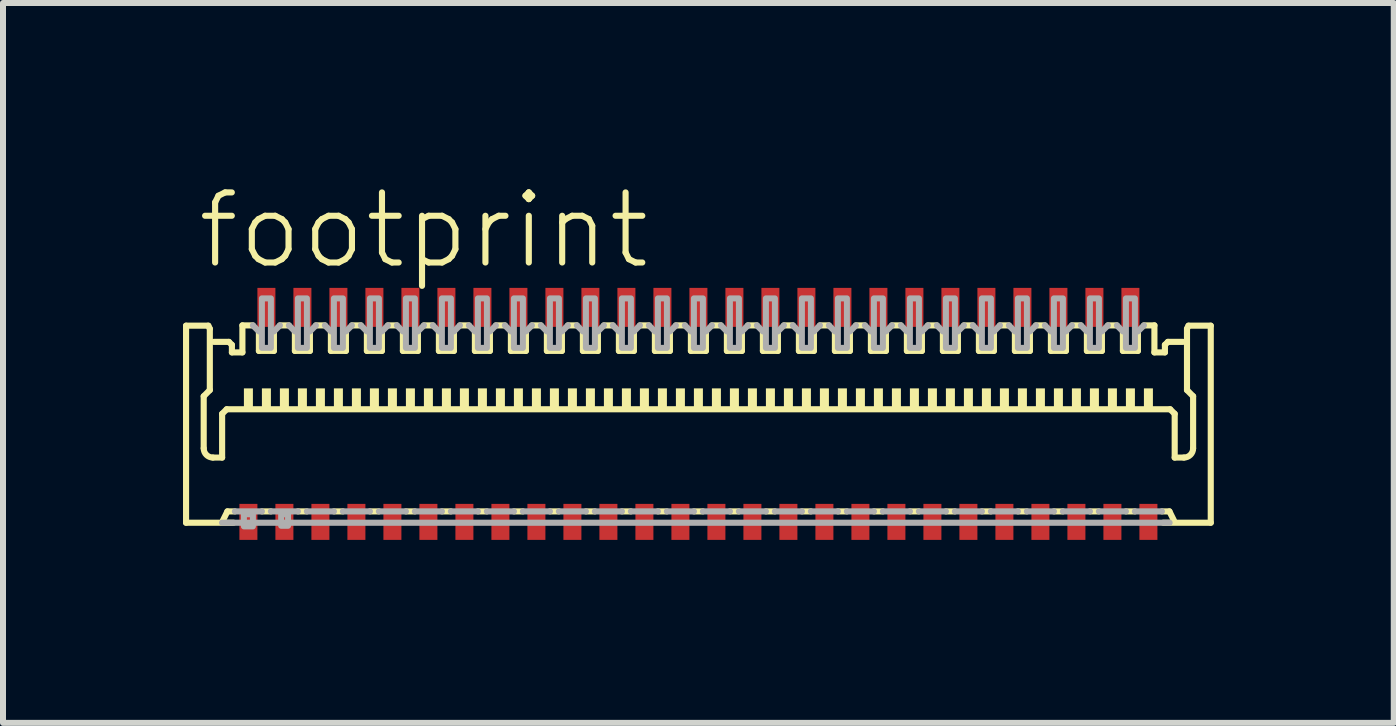
<source format=kicad_pcb>
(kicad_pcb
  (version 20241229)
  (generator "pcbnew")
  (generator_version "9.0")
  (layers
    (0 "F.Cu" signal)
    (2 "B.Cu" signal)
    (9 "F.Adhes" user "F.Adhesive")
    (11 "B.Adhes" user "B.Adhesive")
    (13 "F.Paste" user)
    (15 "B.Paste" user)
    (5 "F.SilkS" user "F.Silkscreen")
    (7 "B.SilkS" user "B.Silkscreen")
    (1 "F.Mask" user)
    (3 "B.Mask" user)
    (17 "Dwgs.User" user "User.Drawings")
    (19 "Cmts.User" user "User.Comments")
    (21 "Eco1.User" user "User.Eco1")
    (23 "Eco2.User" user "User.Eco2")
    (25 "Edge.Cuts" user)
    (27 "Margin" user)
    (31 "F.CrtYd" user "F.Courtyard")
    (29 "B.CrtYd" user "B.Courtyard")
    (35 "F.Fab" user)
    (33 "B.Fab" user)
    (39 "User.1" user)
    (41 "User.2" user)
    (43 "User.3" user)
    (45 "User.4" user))
  (footprint "footprint"
    (layer "F.Cu")
    (at 8.59 3.873)
    (property "Reference" "footprint" (at -8.4 -2.4 0) (layer "F.SilkS") (effects (font (size 1.168 1.168) (thickness 0.102)) (justify left bottom)))
    (fp_poly (pts (xy -7.7 2.125) (xy -7.3 2.125) (xy -7.3 1.425) (xy -7.7 1.425)) (stroke (width 0) (type solid)) (fill yes) (layer "F.Mask"))
    (fp_poly (pts (xy -7.4 -1.425) (xy -7 -1.425) (xy -7 -2.175) (xy -7.4 -2.175)) (stroke (width 0) (type solid)) (fill yes) (layer "F.Mask"))
    (fp_poly (pts (xy -7.1 2.125) (xy -6.7 2.125) (xy -6.7 1.425) (xy -7.1 1.425)) (stroke (width 0) (type solid)) (fill yes) (layer "F.Mask"))
    (fp_poly (pts (xy -6.8 -1.425) (xy -6.4 -1.425) (xy -6.4 -2.175) (xy -6.8 -2.175)) (stroke (width 0) (type solid)) (fill yes) (layer "F.Mask"))
    (fp_poly (pts (xy -6.5 2.125) (xy -6.1 2.125) (xy -6.1 1.425) (xy -6.5 1.425)) (stroke (width 0) (type solid)) (fill yes) (layer "F.Mask"))
    (fp_poly (pts (xy -6.2 -1.425) (xy -5.8 -1.425) (xy -5.8 -2.175) (xy -6.2 -2.175)) (stroke (width 0) (type solid)) (fill yes) (layer "F.Mask"))
    (fp_poly (pts (xy -5.9 2.125) (xy -5.5 2.125) (xy -5.5 1.425) (xy -5.9 1.425)) (stroke (width 0) (type solid)) (fill yes) (layer "F.Mask"))
    (fp_poly (pts (xy -5.6 -1.425) (xy -5.2 -1.425) (xy -5.2 -2.175) (xy -5.6 -2.175)) (stroke (width 0) (type solid)) (fill yes) (layer "F.Mask"))
    (fp_poly (pts (xy -5.3 2.125) (xy -4.9 2.125) (xy -4.9 1.425) (xy -5.3 1.425)) (stroke (width 0) (type solid)) (fill yes) (layer "F.Mask"))
    (fp_poly (pts (xy -5 -1.425) (xy -4.6 -1.425) (xy -4.6 -2.175) (xy -5 -2.175)) (stroke (width 0) (type solid)) (fill yes) (layer "F.Mask"))
    (fp_poly (pts (xy -4.7 2.125) (xy -4.3 2.125) (xy -4.3 1.425) (xy -4.7 1.425)) (stroke (width 0) (type solid)) (fill yes) (layer "F.Mask"))
    (fp_poly (pts (xy -4.4 -1.425) (xy -4 -1.425) (xy -4 -2.175) (xy -4.4 -2.175)) (stroke (width 0) (type solid)) (fill yes) (layer "F.Mask"))
    (fp_poly (pts (xy -4.1 2.125) (xy -3.7 2.125) (xy -3.7 1.425) (xy -4.1 1.425)) (stroke (width 0) (type solid)) (fill yes) (layer "F.Mask"))
    (fp_poly (pts (xy -3.8 -1.425) (xy -3.4 -1.425) (xy -3.4 -2.175) (xy -3.8 -2.175)) (stroke (width 0) (type solid)) (fill yes) (layer "F.Mask"))
    (fp_poly (pts (xy -3.5 2.125) (xy -3.1 2.125) (xy -3.1 1.425) (xy -3.5 1.425)) (stroke (width 0) (type solid)) (fill yes) (layer "F.Mask"))
    (fp_poly (pts (xy -3.2 -1.425) (xy -2.8 -1.425) (xy -2.8 -2.175) (xy -3.2 -2.175)) (stroke (width 0) (type solid)) (fill yes) (layer "F.Mask"))
    (fp_poly (pts (xy -2.9 2.125) (xy -2.5 2.125) (xy -2.5 1.425) (xy -2.9 1.425)) (stroke (width 0) (type solid)) (fill yes) (layer "F.Mask"))
    (fp_poly (pts (xy -2.6 -1.425) (xy -2.2 -1.425) (xy -2.2 -2.175) (xy -2.6 -2.175)) (stroke (width 0) (type solid)) (fill yes) (layer "F.Mask"))
    (fp_poly (pts (xy -2.3 2.125) (xy -1.9 2.125) (xy -1.9 1.425) (xy -2.3 1.425)) (stroke (width 0) (type solid)) (fill yes) (layer "F.Mask"))
    (fp_poly (pts (xy -2 -1.425) (xy -1.6 -1.425) (xy -1.6 -2.175) (xy -2 -2.175)) (stroke (width 0) (type solid)) (fill yes) (layer "F.Mask"))
    (fp_poly (pts (xy -1.7 2.125) (xy -1.3 2.125) (xy -1.3 1.425) (xy -1.7 1.425)) (stroke (width 0) (type solid)) (fill yes) (layer "F.Mask"))
    (fp_poly (pts (xy -1.4 -1.425) (xy -1 -1.425) (xy -1 -2.175) (xy -1.4 -2.175)) (stroke (width 0) (type solid)) (fill yes) (layer "F.Mask"))
    (fp_poly (pts (xy -1.1 2.125) (xy -0.7 2.125) (xy -0.7 1.425) (xy -1.1 1.425)) (stroke (width 0) (type solid)) (fill yes) (layer "F.Mask"))
    (fp_poly (pts (xy -0.8 -1.425) (xy -0.4 -1.425) (xy -0.4 -2.175) (xy -0.8 -2.175)) (stroke (width 0) (type solid)) (fill yes) (layer "F.Mask"))
    (fp_poly (pts (xy -0.5 2.125) (xy -0.1 2.125) (xy -0.1 1.425) (xy -0.5 1.425)) (stroke (width 0) (type solid)) (fill yes) (layer "F.Mask"))
    (fp_poly (pts (xy -0.2 -1.425) (xy 0.2 -1.425) (xy 0.2 -2.175) (xy -0.2 -2.175)) (stroke (width 0) (type solid)) (fill yes) (layer "F.Mask"))
    (fp_poly (pts (xy 0.1 2.125) (xy 0.5 2.125) (xy 0.5 1.425) (xy 0.1 1.425)) (stroke (width 0) (type solid)) (fill yes) (layer "F.Mask"))
    (fp_poly (pts (xy 0.4 -1.425) (xy 0.8 -1.425) (xy 0.8 -2.175) (xy 0.4 -2.175)) (stroke (width 0) (type solid)) (fill yes) (layer "F.Mask"))
    (fp_poly (pts (xy 0.7 2.125) (xy 1.1 2.125) (xy 1.1 1.425) (xy 0.7 1.425)) (stroke (width 0) (type solid)) (fill yes) (layer "F.Mask"))
    (fp_poly (pts (xy 1 -1.425) (xy 1.4 -1.425) (xy 1.4 -2.175) (xy 1 -2.175)) (stroke (width 0) (type solid)) (fill yes) (layer "F.Mask"))
    (fp_poly (pts (xy 1.3 2.125) (xy 1.7 2.125) (xy 1.7 1.425) (xy 1.3 1.425)) (stroke (width 0) (type solid)) (fill yes) (layer "F.Mask"))
    (fp_poly (pts (xy 1.6 -1.425) (xy 2 -1.425) (xy 2 -2.175) (xy 1.6 -2.175)) (stroke (width 0) (type solid)) (fill yes) (layer "F.Mask"))
    (fp_poly (pts (xy 1.9 2.125) (xy 2.3 2.125) (xy 2.3 1.425) (xy 1.9 1.425)) (stroke (width 0) (type solid)) (fill yes) (layer "F.Mask"))
    (fp_poly (pts (xy 2.2 -1.425) (xy 2.6 -1.425) (xy 2.6 -2.175) (xy 2.2 -2.175)) (stroke (width 0) (type solid)) (fill yes) (layer "F.Mask"))
    (fp_poly (pts (xy 2.5 2.125) (xy 2.9 2.125) (xy 2.9 1.425) (xy 2.5 1.425)) (stroke (width 0) (type solid)) (fill yes) (layer "F.Mask"))
    (fp_poly (pts (xy 2.8 -1.425) (xy 3.2 -1.425) (xy 3.2 -2.175) (xy 2.8 -2.175)) (stroke (width 0) (type solid)) (fill yes) (layer "F.Mask"))
    (fp_poly (pts (xy 3.1 2.125) (xy 3.5 2.125) (xy 3.5 1.425) (xy 3.1 1.425)) (stroke (width 0) (type solid)) (fill yes) (layer "F.Mask"))
    (fp_poly (pts (xy 3.4 -1.425) (xy 3.8 -1.425) (xy 3.8 -2.175) (xy 3.4 -2.175)) (stroke (width 0) (type solid)) (fill yes) (layer "F.Mask"))
    (fp_poly (pts (xy 3.7 2.125) (xy 4.1 2.125) (xy 4.1 1.425) (xy 3.7 1.425)) (stroke (width 0) (type solid)) (fill yes) (layer "F.Mask"))
    (fp_poly (pts (xy 4 -1.425) (xy 4.4 -1.425) (xy 4.4 -2.175) (xy 4 -2.175)) (stroke (width 0) (type solid)) (fill yes) (layer "F.Mask"))
    (fp_poly (pts (xy 4.3 2.125) (xy 4.7 2.125) (xy 4.7 1.425) (xy 4.3 1.425)) (stroke (width 0) (type solid)) (fill yes) (layer "F.Mask"))
    (fp_poly (pts (xy 4.6 -1.425) (xy 5 -1.425) (xy 5 -2.175) (xy 4.6 -2.175)) (stroke (width 0) (type solid)) (fill yes) (layer "F.Mask"))
    (fp_poly (pts (xy 4.9 2.125) (xy 5.3 2.125) (xy 5.3 1.425) (xy 4.9 1.425)) (stroke (width 0) (type solid)) (fill yes) (layer "F.Mask"))
    (fp_poly (pts (xy 5.2 -1.425) (xy 5.6 -1.425) (xy 5.6 -2.175) (xy 5.2 -2.175)) (stroke (width 0) (type solid)) (fill yes) (layer "F.Mask"))
    (fp_poly (pts (xy 5.5 2.125) (xy 5.9 2.125) (xy 5.9 1.425) (xy 5.5 1.425)) (stroke (width 0) (type solid)) (fill yes) (layer "F.Mask"))
    (fp_poly (pts (xy 5.8 -1.425) (xy 6.2 -1.425) (xy 6.2 -2.175) (xy 5.8 -2.175)) (stroke (width 0) (type solid)) (fill yes) (layer "F.Mask"))
    (fp_poly (pts (xy 6.1 2.125) (xy 6.5 2.125) (xy 6.5 1.425) (xy 6.1 1.425)) (stroke (width 0) (type solid)) (fill yes) (layer "F.Mask"))
    (fp_poly (pts (xy 6.4 -1.425) (xy 6.8 -1.425) (xy 6.8 -2.175) (xy 6.4 -2.175)) (stroke (width 0) (type solid)) (fill yes) (layer "F.Mask"))
    (fp_poly (pts (xy 6.7 2.125) (xy 7.1 2.125) (xy 7.1 1.425) (xy 6.7 1.425)) (stroke (width 0) (type solid)) (fill yes) (layer "F.Mask"))
    (fp_poly (pts (xy 7 -1.425) (xy 7.4 -1.425) (xy 7.4 -2.175) (xy 7 -2.175)) (stroke (width 0) (type solid)) (fill yes) (layer "F.Mask"))
    (fp_poly (pts (xy 7.3 2.125) (xy 7.7 2.125) (xy 7.7 1.425) (xy 7.3 1.425)) (stroke (width 0) (type solid)) (fill yes) (layer "F.Mask"))
    (fp_line (start -8.539 -1.495) (end -8.168 -1.495) (stroke (width 0.102) (type solid)) (layer "F.SilkS"))
    (fp_line (start -8.539 1.789) (end -8.539 -1.495) (stroke (width 0.102) (type solid)) (layer "F.SilkS"))
    (fp_line (start -8.245 -0.319) (end -8.245 0.549) (stroke (width 0.102) (type solid)) (layer "F.SilkS"))
    (fp_line (start -8.168 -1.495) (end -8.143 -1.444) (stroke (width 0.102) (type solid)) (layer "F.SilkS"))
    (fp_line (start -8.143 -1.444) (end -8.143 -0.422) (stroke (width 0.102) (type solid)) (layer "F.SilkS"))
    (fp_line (start -8.143 -0.422) (end -8.245 -0.319) (stroke (width 0.102) (type solid)) (layer "F.SilkS"))
    (fp_line (start -8.092 0.703) (end -7.938 0.703) (stroke (width 0.102) (type solid)) (layer "F.SilkS"))
    (fp_line (start -8.075 -1.225) (end -7.825 -1.225) (stroke (width 0.102) (type solid)) (layer "F.SilkS"))
    (fp_line (start -7.938 -0.026) (end -7.862 -0.102) (stroke (width 0.102) (type solid)) (layer "F.SilkS"))
    (fp_line (start -7.938 0.703) (end -7.938 -0.026) (stroke (width 0.102) (type solid)) (layer "F.SilkS"))
    (fp_line (start -7.925 1.751) (end -7.85 1.6) (stroke (width 0.102) (type solid)) (layer "F.SilkS"))
    (fp_line (start -7.85 1.6) (end -7.725 1.6) (stroke (width 0.102) (type solid)) (layer "F.SilkS"))
    (fp_line (start -7.825 -1.225) (end -7.775 -1.175) (stroke (width 0.102) (type solid)) (layer "F.SilkS"))
    (fp_line (start -7.775 -1.175) (end -7.775 -1.05) (stroke (width 0.102) (type solid)) (layer "F.SilkS"))
    (fp_line (start -7.775 -1.05) (end -7.6 -1.05) (stroke (width 0.102) (type solid)) (layer "F.SilkS"))
    (fp_line (start -7.747 1.789) (end -8.539 1.789) (stroke (width 0.102) (type solid)) (layer "F.SilkS"))
    (fp_line (start -7.6 -1.5) (end -7.425 -1.5) (stroke (width 0.102) (type solid)) (layer "F.SilkS"))
    (fp_line (start -7.6 -1.05) (end -7.6 -1.5) (stroke (width 0.102) (type solid)) (layer "F.SilkS"))
    (fp_line (start -7.325 -1.4) (end -7.325 -1.075) (stroke (width 0.102) (type solid)) (layer "F.SilkS"))
    (fp_line (start -7.325 -1.075) (end -7.075 -1.075) (stroke (width 0.102) (type solid)) (layer "F.SilkS"))
    (fp_line (start -7.275 1.6) (end -7.125 1.6) (stroke (width 0.102) (type solid)) (layer "F.SilkS"))
    (fp_line (start -7.075 -1.075) (end -7.075 -1.4) (stroke (width 0.102) (type solid)) (layer "F.SilkS"))
    (fp_line (start -6.975 -1.5) (end -6.825 -1.5) (stroke (width 0.102) (type solid)) (layer "F.SilkS"))
    (fp_line (start -6.725 -1.4) (end -6.725 -1.075) (stroke (width 0.102) (type solid)) (layer "F.SilkS"))
    (fp_line (start -6.725 -1.075) (end -6.475 -1.075) (stroke (width 0.102) (type solid)) (layer "F.SilkS"))
    (fp_line (start -6.675 1.6) (end -6.525 1.6) (stroke (width 0.102) (type solid)) (layer "F.SilkS"))
    (fp_line (start -6.475 -1.075) (end -6.475 -1.4) (stroke (width 0.102) (type solid)) (layer "F.SilkS"))
    (fp_line (start -6.375 -1.5) (end -6.225 -1.5) (stroke (width 0.102) (type solid)) (layer "F.SilkS"))
    (fp_line (start -6.125 -1.4) (end -6.125 -1.075) (stroke (width 0.102) (type solid)) (layer "F.SilkS"))
    (fp_line (start -6.125 -1.075) (end -5.875 -1.075) (stroke (width 0.102) (type solid)) (layer "F.SilkS"))
    (fp_line (start -6.075 1.6) (end -5.925 1.6) (stroke (width 0.102) (type solid)) (layer "F.SilkS"))
    (fp_line (start -5.875 -1.075) (end -5.875 -1.4) (stroke (width 0.102) (type solid)) (layer "F.SilkS"))
    (fp_line (start -5.775 -1.5) (end -5.625 -1.5) (stroke (width 0.102) (type solid)) (layer "F.SilkS"))
    (fp_line (start -5.525 -1.4) (end -5.525 -1.075) (stroke (width 0.102) (type solid)) (layer "F.SilkS"))
    (fp_line (start -5.525 -1.075) (end -5.275 -1.075) (stroke (width 0.102) (type solid)) (layer "F.SilkS"))
    (fp_line (start -5.475 1.6) (end -5.325 1.6) (stroke (width 0.102) (type solid)) (layer "F.SilkS"))
    (fp_line (start -5.275 -1.075) (end -5.275 -1.4) (stroke (width 0.102) (type solid)) (layer "F.SilkS"))
    (fp_line (start -5.175 -1.5) (end -5.025 -1.5) (stroke (width 0.102) (type solid)) (layer "F.SilkS"))
    (fp_line (start -4.925 -1.4) (end -4.925 -1.075) (stroke (width 0.102) (type solid)) (layer "F.SilkS"))
    (fp_line (start -4.925 -1.075) (end -4.675 -1.075) (stroke (width 0.102) (type solid)) (layer "F.SilkS"))
    (fp_line (start -4.875 1.6) (end -4.725 1.6) (stroke (width 0.102) (type solid)) (layer "F.SilkS"))
    (fp_line (start -4.675 -1.075) (end -4.675 -1.4) (stroke (width 0.102) (type solid)) (layer "F.SilkS"))
    (fp_line (start -4.575 -1.5) (end -4.425 -1.5) (stroke (width 0.102) (type solid)) (layer "F.SilkS"))
    (fp_line (start -4.325 -1.4) (end -4.325 -1.075) (stroke (width 0.102) (type solid)) (layer "F.SilkS"))
    (fp_line (start -4.325 -1.075) (end -4.075 -1.075) (stroke (width 0.102) (type solid)) (layer "F.SilkS"))
    (fp_line (start -4.275 1.6) (end -4.125 1.6) (stroke (width 0.102) (type solid)) (layer "F.SilkS"))
    (fp_line (start -4.075 -1.075) (end -4.075 -1.4) (stroke (width 0.102) (type solid)) (layer "F.SilkS"))
    (fp_line (start -3.975 -1.5) (end -3.825 -1.5) (stroke (width 0.102) (type solid)) (layer "F.SilkS"))
    (fp_line (start -3.725 -1.4) (end -3.725 -1.075) (stroke (width 0.102) (type solid)) (layer "F.SilkS"))
    (fp_line (start -3.725 -1.075) (end -3.475 -1.075) (stroke (width 0.102) (type solid)) (layer "F.SilkS"))
    (fp_line (start -3.675 1.6) (end -3.525 1.6) (stroke (width 0.102) (type solid)) (layer "F.SilkS"))
    (fp_line (start -3.475 -1.075) (end -3.475 -1.4) (stroke (width 0.102) (type solid)) (layer "F.SilkS"))
    (fp_line (start -3.375 -1.5) (end -3.225 -1.5) (stroke (width 0.102) (type solid)) (layer "F.SilkS"))
    (fp_line (start -3.125 -1.4) (end -3.125 -1.075) (stroke (width 0.102) (type solid)) (layer "F.SilkS"))
    (fp_line (start -3.125 -1.075) (end -2.875 -1.075) (stroke (width 0.102) (type solid)) (layer "F.SilkS"))
    (fp_line (start -3.075 1.6) (end -2.925 1.6) (stroke (width 0.102) (type solid)) (layer "F.SilkS"))
    (fp_line (start -2.875 -1.075) (end -2.875 -1.4) (stroke (width 0.102) (type solid)) (layer "F.SilkS"))
    (fp_line (start -2.775 -1.5) (end -2.625 -1.5) (stroke (width 0.102) (type solid)) (layer "F.SilkS"))
    (fp_line (start -2.525 -1.4) (end -2.525 -1.075) (stroke (width 0.102) (type solid)) (layer "F.SilkS"))
    (fp_line (start -2.525 -1.075) (end -2.275 -1.075) (stroke (width 0.102) (type solid)) (layer "F.SilkS"))
    (fp_line (start -2.475 1.6) (end -2.325 1.6) (stroke (width 0.102) (type solid)) (layer "F.SilkS"))
    (fp_line (start -2.275 -1.075) (end -2.275 -1.4) (stroke (width 0.102) (type solid)) (layer "F.SilkS"))
    (fp_line (start -2.175 -1.5) (end -2.025 -1.5) (stroke (width 0.102) (type solid)) (layer "F.SilkS"))
    (fp_line (start -1.925 -1.4) (end -1.925 -1.075) (stroke (width 0.102) (type solid)) (layer "F.SilkS"))
    (fp_line (start -1.925 -1.075) (end -1.675 -1.075) (stroke (width 0.102) (type solid)) (layer "F.SilkS"))
    (fp_line (start -1.875 1.6) (end -1.725 1.6) (stroke (width 0.102) (type solid)) (layer "F.SilkS"))
    (fp_line (start -1.675 -1.075) (end -1.675 -1.4) (stroke (width 0.102) (type solid)) (layer "F.SilkS"))
    (fp_line (start -1.575 -1.5) (end -1.425 -1.5) (stroke (width 0.102) (type solid)) (layer "F.SilkS"))
    (fp_line (start -1.325 -1.4) (end -1.325 -1.075) (stroke (width 0.102) (type solid)) (layer "F.SilkS"))
    (fp_line (start -1.325 -1.075) (end -1.075 -1.075) (stroke (width 0.102) (type solid)) (layer "F.SilkS"))
    (fp_line (start -1.275 1.6) (end -1.125 1.6) (stroke (width 0.102) (type solid)) (layer "F.SilkS"))
    (fp_line (start -1.075 -1.075) (end -1.075 -1.4) (stroke (width 0.102) (type solid)) (layer "F.SilkS"))
    (fp_line (start -0.975 -1.5) (end -0.825 -1.5) (stroke (width 0.102) (type solid)) (layer "F.SilkS"))
    (fp_line (start -0.725 -1.4) (end -0.725 -1.075) (stroke (width 0.102) (type solid)) (layer "F.SilkS"))
    (fp_line (start -0.725 -1.075) (end -0.475 -1.075) (stroke (width 0.102) (type solid)) (layer "F.SilkS"))
    (fp_line (start -0.675 1.6) (end -0.525 1.6) (stroke (width 0.102) (type solid)) (layer "F.SilkS"))
    (fp_line (start -0.475 -1.075) (end -0.475 -1.4) (stroke (width 0.102) (type solid)) (layer "F.SilkS"))
    (fp_line (start -0.375 -1.5) (end -0.225 -1.5) (stroke (width 0.102) (type solid)) (layer "F.SilkS"))
    (fp_line (start -0.125 -1.4) (end -0.125 -1.075) (stroke (width 0.102) (type solid)) (layer "F.SilkS"))
    (fp_line (start -0.125 -1.075) (end 0.125 -1.075) (stroke (width 0.102) (type solid)) (layer "F.SilkS"))
    (fp_line (start -0.075 1.6) (end 0.075 1.6) (stroke (width 0.102) (type solid)) (layer "F.SilkS"))
    (fp_line (start 0.125 -1.075) (end 0.125 -1.4) (stroke (width 0.102) (type solid)) (layer "F.SilkS"))
    (fp_line (start 0.225 -1.5) (end 0.375 -1.5) (stroke (width 0.102) (type solid)) (layer "F.SilkS"))
    (fp_line (start 0.475 -1.4) (end 0.475 -1.075) (stroke (width 0.102) (type solid)) (layer "F.SilkS"))
    (fp_line (start 0.475 -1.075) (end 0.725 -1.075) (stroke (width 0.102) (type solid)) (layer "F.SilkS"))
    (fp_line (start 0.525 1.6) (end 0.675 1.6) (stroke (width 0.102) (type solid)) (layer "F.SilkS"))
    (fp_line (start 0.725 -1.075) (end 0.725 -1.4) (stroke (width 0.102) (type solid)) (layer "F.SilkS"))
    (fp_line (start 0.825 -1.5) (end 0.975 -1.5) (stroke (width 0.102) (type solid)) (layer "F.SilkS"))
    (fp_line (start 1.075 -1.4) (end 1.075 -1.075) (stroke (width 0.102) (type solid)) (layer "F.SilkS"))
    (fp_line (start 1.075 -1.075) (end 1.325 -1.075) (stroke (width 0.102) (type solid)) (layer "F.SilkS"))
    (fp_line (start 1.125 1.6) (end 1.275 1.6) (stroke (width 0.102) (type solid)) (layer "F.SilkS"))
    (fp_line (start 1.325 -1.075) (end 1.325 -1.4) (stroke (width 0.102) (type solid)) (layer "F.SilkS"))
    (fp_line (start 1.425 -1.5) (end 1.575 -1.5) (stroke (width 0.102) (type solid)) (layer "F.SilkS"))
    (fp_line (start 1.675 -1.4) (end 1.675 -1.075) (stroke (width 0.102) (type solid)) (layer "F.SilkS"))
    (fp_line (start 1.675 -1.075) (end 1.925 -1.075) (stroke (width 0.102) (type solid)) (layer "F.SilkS"))
    (fp_line (start 1.725 1.6) (end 1.875 1.6) (stroke (width 0.102) (type solid)) (layer "F.SilkS"))
    (fp_line (start 1.925 -1.075) (end 1.925 -1.4) (stroke (width 0.102) (type solid)) (layer "F.SilkS"))
    (fp_line (start 2.025 -1.5) (end 2.175 -1.5) (stroke (width 0.102) (type solid)) (layer "F.SilkS"))
    (fp_line (start 2.275 -1.4) (end 2.275 -1.075) (stroke (width 0.102) (type solid)) (layer "F.SilkS"))
    (fp_line (start 2.275 -1.075) (end 2.525 -1.075) (stroke (width 0.102) (type solid)) (layer "F.SilkS"))
    (fp_line (start 2.325 1.6) (end 2.475 1.6) (stroke (width 0.102) (type solid)) (layer "F.SilkS"))
    (fp_line (start 2.525 -1.075) (end 2.525 -1.4) (stroke (width 0.102) (type solid)) (layer "F.SilkS"))
    (fp_line (start 2.625 -1.5) (end 2.775 -1.5) (stroke (width 0.102) (type solid)) (layer "F.SilkS"))
    (fp_line (start 2.875 -1.4) (end 2.875 -1.075) (stroke (width 0.102) (type solid)) (layer "F.SilkS"))
    (fp_line (start 2.875 -1.075) (end 3.125 -1.075) (stroke (width 0.102) (type solid)) (layer "F.SilkS"))
    (fp_line (start 2.925 1.6) (end 3.075 1.6) (stroke (width 0.102) (type solid)) (layer "F.SilkS"))
    (fp_line (start 3.125 -1.075) (end 3.125 -1.4) (stroke (width 0.102) (type solid)) (layer "F.SilkS"))
    (fp_line (start 3.225 -1.5) (end 3.375 -1.5) (stroke (width 0.102) (type solid)) (layer "F.SilkS"))
    (fp_line (start 3.475 -1.4) (end 3.475 -1.075) (stroke (width 0.102) (type solid)) (layer "F.SilkS"))
    (fp_line (start 3.475 -1.075) (end 3.725 -1.075) (stroke (width 0.102) (type solid)) (layer "F.SilkS"))
    (fp_line (start 3.525 1.6) (end 3.675 1.6) (stroke (width 0.102) (type solid)) (layer "F.SilkS"))
    (fp_line (start 3.725 -1.075) (end 3.725 -1.4) (stroke (width 0.102) (type solid)) (layer "F.SilkS"))
    (fp_line (start 3.825 -1.5) (end 3.975 -1.5) (stroke (width 0.102) (type solid)) (layer "F.SilkS"))
    (fp_line (start 4.075 -1.4) (end 4.075 -1.075) (stroke (width 0.102) (type solid)) (layer "F.SilkS"))
    (fp_line (start 4.075 -1.075) (end 4.325 -1.075) (stroke (width 0.102) (type solid)) (layer "F.SilkS"))
    (fp_line (start 4.125 1.6) (end 4.275 1.6) (stroke (width 0.102) (type solid)) (layer "F.SilkS"))
    (fp_line (start 4.325 -1.075) (end 4.325 -1.4) (stroke (width 0.102) (type solid)) (layer "F.SilkS"))
    (fp_line (start 4.425 -1.5) (end 4.575 -1.5) (stroke (width 0.102) (type solid)) (layer "F.SilkS"))
    (fp_line (start 4.675 -1.4) (end 4.675 -1.075) (stroke (width 0.102) (type solid)) (layer "F.SilkS"))
    (fp_line (start 4.675 -1.075) (end 4.925 -1.075) (stroke (width 0.102) (type solid)) (layer "F.SilkS"))
    (fp_line (start 4.725 1.6) (end 4.875 1.6) (stroke (width 0.102) (type solid)) (layer "F.SilkS"))
    (fp_line (start 4.925 -1.075) (end 4.925 -1.4) (stroke (width 0.102) (type solid)) (layer "F.SilkS"))
    (fp_line (start 5.025 -1.5) (end 5.175 -1.5) (stroke (width 0.102) (type solid)) (layer "F.SilkS"))
    (fp_line (start 5.275 -1.4) (end 5.275 -1.075) (stroke (width 0.102) (type solid)) (layer "F.SilkS"))
    (fp_line (start 5.275 -1.075) (end 5.525 -1.075) (stroke (width 0.102) (type solid)) (layer "F.SilkS"))
    (fp_line (start 5.325 1.6) (end 5.475 1.6) (stroke (width 0.102) (type solid)) (layer "F.SilkS"))
    (fp_line (start 5.525 -1.075) (end 5.525 -1.4) (stroke (width 0.102) (type solid)) (layer "F.SilkS"))
    (fp_line (start 5.625 -1.5) (end 5.775 -1.5) (stroke (width 0.102) (type solid)) (layer "F.SilkS"))
    (fp_line (start 5.875 -1.4) (end 5.875 -1.075) (stroke (width 0.102) (type solid)) (layer "F.SilkS"))
    (fp_line (start 5.875 -1.075) (end 6.125 -1.075) (stroke (width 0.102) (type solid)) (layer "F.SilkS"))
    (fp_line (start 5.925 1.6) (end 6.075 1.6) (stroke (width 0.102) (type solid)) (layer "F.SilkS"))
    (fp_line (start 6.125 -1.075) (end 6.125 -1.4) (stroke (width 0.102) (type solid)) (layer "F.SilkS"))
    (fp_line (start 6.225 -1.5) (end 6.375 -1.5) (stroke (width 0.102) (type solid)) (layer "F.SilkS"))
    (fp_line (start 6.475 -1.4) (end 6.475 -1.075) (stroke (width 0.102) (type solid)) (layer "F.SilkS"))
    (fp_line (start 6.475 -1.075) (end 6.725 -1.075) (stroke (width 0.102) (type solid)) (layer "F.SilkS"))
    (fp_line (start 6.525 1.6) (end 6.675 1.6) (stroke (width 0.102) (type solid)) (layer "F.SilkS"))
    (fp_line (start 6.725 -1.075) (end 6.725 -1.4) (stroke (width 0.102) (type solid)) (layer "F.SilkS"))
    (fp_line (start 6.825 -1.5) (end 6.975 -1.5) (stroke (width 0.102) (type solid)) (layer "F.SilkS"))
    (fp_line (start 7.075 -1.4) (end 7.075 -1.075) (stroke (width 0.102) (type solid)) (layer "F.SilkS"))
    (fp_line (start 7.075 -1.075) (end 7.325 -1.075) (stroke (width 0.102) (type solid)) (layer "F.SilkS"))
    (fp_line (start 7.125 1.6) (end 7.275 1.6) (stroke (width 0.102) (type solid)) (layer "F.SilkS"))
    (fp_line (start 7.325 -1.075) (end 7.325 -1.4) (stroke (width 0.102) (type solid)) (layer "F.SilkS"))
    (fp_line (start 7.425 -1.5) (end 7.6 -1.5) (stroke (width 0.102) (type solid)) (layer "F.SilkS"))
    (fp_line (start 7.6 -1.05) (end 7.6 -1.5) (stroke (width 0.102) (type solid)) (layer "F.SilkS"))
    (fp_line (start 7.747 1.789) (end 8.539 1.789) (stroke (width 0.102) (type solid)) (layer "F.SilkS"))
    (fp_line (start 7.775 -1.175) (end 7.775 -1.05) (stroke (width 0.102) (type solid)) (layer "F.SilkS"))
    (fp_line (start 7.775 -1.05) (end 7.6 -1.05) (stroke (width 0.102) (type solid)) (layer "F.SilkS"))
    (fp_line (start 7.825 -1.225) (end 7.775 -1.175) (stroke (width 0.102) (type solid)) (layer "F.SilkS"))
    (fp_line (start 7.85 1.6) (end 7.725 1.6) (stroke (width 0.102) (type solid)) (layer "F.SilkS"))
    (fp_line (start 7.862 -0.102) (end -7.862 -0.102) (stroke (width 0.102) (type solid)) (layer "F.SilkS"))
    (fp_line (start 7.925 1.751) (end 7.85 1.6) (stroke (width 0.102) (type solid)) (layer "F.SilkS"))
    (fp_line (start 7.938 -0.026) (end 7.862 -0.102) (stroke (width 0.102) (type solid)) (layer "F.SilkS"))
    (fp_line (start 7.938 0.703) (end 7.938 -0.026) (stroke (width 0.102) (type solid)) (layer "F.SilkS"))
    (fp_line (start 8.075 -1.225) (end 7.825 -1.225) (stroke (width 0.102) (type solid)) (layer "F.SilkS"))
    (fp_line (start 8.092 0.703) (end 7.938 0.703) (stroke (width 0.102) (type solid)) (layer "F.SilkS"))
    (fp_line (start 8.143 -1.444) (end 8.143 -0.422) (stroke (width 0.102) (type solid)) (layer "F.SilkS"))
    (fp_line (start 8.143 -0.422) (end 8.245 -0.319) (stroke (width 0.102) (type solid)) (layer "F.SilkS"))
    (fp_line (start 8.168 -1.495) (end 8.143 -1.444) (stroke (width 0.102) (type solid)) (layer "F.SilkS"))
    (fp_line (start 8.245 -0.319) (end 8.245 0.549) (stroke (width 0.102) (type solid)) (layer "F.SilkS"))
    (fp_line (start 8.539 -1.495) (end 8.168 -1.495) (stroke (width 0.102) (type solid)) (layer "F.SilkS"))
    (fp_line (start 8.539 1.789) (end 8.539 -1.495) (stroke (width 0.102) (type solid)) (layer "F.SilkS"))
    (fp_arc (start -8.091557 0.702843) (mid -8.199991 0.657929) (end -8.244906 0.549496) (stroke (width 0.1016) (type solid)) (layer "F.SilkS"))
    (fp_arc (start 8.244906 0.549496) (mid 8.199991 0.657929) (end 8.091557 0.702843) (stroke (width 0.1016) (type solid)) (layer "F.SilkS"))
    (fp_poly (pts (xy -7.575 -0.125) (xy -7.425 -0.125) (xy -7.425 -0.45) (xy -7.575 -0.45)) (stroke (width 0) (type solid)) (fill yes) (layer "F.SilkS"))
    (fp_poly (pts (xy -7.275 -0.125) (xy -7.125 -0.125) (xy -7.125 -0.45) (xy -7.275 -0.45)) (stroke (width 0) (type solid)) (fill yes) (layer "F.SilkS"))
    (fp_poly (pts (xy -6.975 -0.125) (xy -6.825 -0.125) (xy -6.825 -0.45) (xy -6.975 -0.45)) (stroke (width 0) (type solid)) (fill yes) (layer "F.SilkS"))
    (fp_poly (pts (xy -6.675 -0.125) (xy -6.525 -0.125) (xy -6.525 -0.45) (xy -6.675 -0.45)) (stroke (width 0) (type solid)) (fill yes) (layer "F.SilkS"))
    (fp_poly (pts (xy -6.375 -0.125) (xy -6.225 -0.125) (xy -6.225 -0.45) (xy -6.375 -0.45)) (stroke (width 0) (type solid)) (fill yes) (layer "F.SilkS"))
    (fp_poly (pts (xy -6.075 -0.125) (xy -5.925 -0.125) (xy -5.925 -0.45) (xy -6.075 -0.45)) (stroke (width 0) (type solid)) (fill yes) (layer "F.SilkS"))
    (fp_poly (pts (xy -5.775 -0.125) (xy -5.625 -0.125) (xy -5.625 -0.45) (xy -5.775 -0.45)) (stroke (width 0) (type solid)) (fill yes) (layer "F.SilkS"))
    (fp_poly (pts (xy -5.475 -0.125) (xy -5.325 -0.125) (xy -5.325 -0.45) (xy -5.475 -0.45)) (stroke (width 0) (type solid)) (fill yes) (layer "F.SilkS"))
    (fp_poly (pts (xy -5.175 -0.125) (xy -5.025 -0.125) (xy -5.025 -0.45) (xy -5.175 -0.45)) (stroke (width 0) (type solid)) (fill yes) (layer "F.SilkS"))
    (fp_poly (pts (xy -4.875 -0.125) (xy -4.725 -0.125) (xy -4.725 -0.45) (xy -4.875 -0.45)) (stroke (width 0) (type solid)) (fill yes) (layer "F.SilkS"))
    (fp_poly (pts (xy -4.575 -0.125) (xy -4.425 -0.125) (xy -4.425 -0.45) (xy -4.575 -0.45)) (stroke (width 0) (type solid)) (fill yes) (layer "F.SilkS"))
    (fp_poly (pts (xy -4.275 -0.125) (xy -4.125 -0.125) (xy -4.125 -0.45) (xy -4.275 -0.45)) (stroke (width 0) (type solid)) (fill yes) (layer "F.SilkS"))
    (fp_poly (pts (xy -3.975 -0.125) (xy -3.825 -0.125) (xy -3.825 -0.45) (xy -3.975 -0.45)) (stroke (width 0) (type solid)) (fill yes) (layer "F.SilkS"))
    (fp_poly (pts (xy -3.675 -0.125) (xy -3.525 -0.125) (xy -3.525 -0.45) (xy -3.675 -0.45)) (stroke (width 0) (type solid)) (fill yes) (layer "F.SilkS"))
    (fp_poly (pts (xy -3.375 -0.125) (xy -3.225 -0.125) (xy -3.225 -0.45) (xy -3.375 -0.45)) (stroke (width 0) (type solid)) (fill yes) (layer "F.SilkS"))
    (fp_poly (pts (xy -3.075 -0.125) (xy -2.925 -0.125) (xy -2.925 -0.45) (xy -3.075 -0.45)) (stroke (width 0) (type solid)) (fill yes) (layer "F.SilkS"))
    (fp_poly (pts (xy -2.775 -0.125) (xy -2.625 -0.125) (xy -2.625 -0.45) (xy -2.775 -0.45)) (stroke (width 0) (type solid)) (fill yes) (layer "F.SilkS"))
    (fp_poly (pts (xy -2.475 -0.125) (xy -2.325 -0.125) (xy -2.325 -0.45) (xy -2.475 -0.45)) (stroke (width 0) (type solid)) (fill yes) (layer "F.SilkS"))
    (fp_poly (pts (xy -2.175 -0.125) (xy -2.025 -0.125) (xy -2.025 -0.45) (xy -2.175 -0.45)) (stroke (width 0) (type solid)) (fill yes) (layer "F.SilkS"))
    (fp_poly (pts (xy -1.875 -0.125) (xy -1.725 -0.125) (xy -1.725 -0.45) (xy -1.875 -0.45)) (stroke (width 0) (type solid)) (fill yes) (layer "F.SilkS"))
    (fp_poly (pts (xy -1.575 -0.125) (xy -1.425 -0.125) (xy -1.425 -0.45) (xy -1.575 -0.45)) (stroke (width 0) (type solid)) (fill yes) (layer "F.SilkS"))
    (fp_poly (pts (xy -1.275 -0.125) (xy -1.125 -0.125) (xy -1.125 -0.45) (xy -1.275 -0.45)) (stroke (width 0) (type solid)) (fill yes) (layer "F.SilkS"))
    (fp_poly (pts (xy -0.975 -0.125) (xy -0.825 -0.125) (xy -0.825 -0.45) (xy -0.975 -0.45)) (stroke (width 0) (type solid)) (fill yes) (layer "F.SilkS"))
    (fp_poly (pts (xy -0.675 -0.125) (xy -0.525 -0.125) (xy -0.525 -0.45) (xy -0.675 -0.45)) (stroke (width 0) (type solid)) (fill yes) (layer "F.SilkS"))
    (fp_poly (pts (xy -0.375 -0.125) (xy -0.225 -0.125) (xy -0.225 -0.45) (xy -0.375 -0.45)) (stroke (width 0) (type solid)) (fill yes) (layer "F.SilkS"))
    (fp_poly (pts (xy -0.075 -0.125) (xy 0.075 -0.125) (xy 0.075 -0.45) (xy -0.075 -0.45)) (stroke (width 0) (type solid)) (fill yes) (layer "F.SilkS"))
    (fp_poly (pts (xy 0.225 -0.125) (xy 0.375 -0.125) (xy 0.375 -0.45) (xy 0.225 -0.45)) (stroke (width 0) (type solid)) (fill yes) (layer "F.SilkS"))
    (fp_poly (pts (xy 0.525 -0.125) (xy 0.675 -0.125) (xy 0.675 -0.45) (xy 0.525 -0.45)) (stroke (width 0) (type solid)) (fill yes) (layer "F.SilkS"))
    (fp_poly (pts (xy 0.825 -0.125) (xy 0.975 -0.125) (xy 0.975 -0.45) (xy 0.825 -0.45)) (stroke (width 0) (type solid)) (fill yes) (layer "F.SilkS"))
    (fp_poly (pts (xy 1.125 -0.125) (xy 1.275 -0.125) (xy 1.275 -0.45) (xy 1.125 -0.45)) (stroke (width 0) (type solid)) (fill yes) (layer "F.SilkS"))
    (fp_poly (pts (xy 1.425 -0.125) (xy 1.575 -0.125) (xy 1.575 -0.45) (xy 1.425 -0.45)) (stroke (width 0) (type solid)) (fill yes) (layer "F.SilkS"))
    (fp_poly (pts (xy 1.725 -0.125) (xy 1.875 -0.125) (xy 1.875 -0.45) (xy 1.725 -0.45)) (stroke (width 0) (type solid)) (fill yes) (layer "F.SilkS"))
    (fp_poly (pts (xy 2.025 -0.125) (xy 2.175 -0.125) (xy 2.175 -0.45) (xy 2.025 -0.45)) (stroke (width 0) (type solid)) (fill yes) (layer "F.SilkS"))
    (fp_poly (pts (xy 2.325 -0.125) (xy 2.475 -0.125) (xy 2.475 -0.45) (xy 2.325 -0.45)) (stroke (width 0) (type solid)) (fill yes) (layer "F.SilkS"))
    (fp_poly (pts (xy 2.625 -0.125) (xy 2.775 -0.125) (xy 2.775 -0.45) (xy 2.625 -0.45)) (stroke (width 0) (type solid)) (fill yes) (layer "F.SilkS"))
    (fp_poly (pts (xy 2.925 -0.125) (xy 3.075 -0.125) (xy 3.075 -0.45) (xy 2.925 -0.45)) (stroke (width 0) (type solid)) (fill yes) (layer "F.SilkS"))
    (fp_poly (pts (xy 3.225 -0.125) (xy 3.375 -0.125) (xy 3.375 -0.45) (xy 3.225 -0.45)) (stroke (width 0) (type solid)) (fill yes) (layer "F.SilkS"))
    (fp_poly (pts (xy 3.525 -0.125) (xy 3.675 -0.125) (xy 3.675 -0.45) (xy 3.525 -0.45)) (stroke (width 0) (type solid)) (fill yes) (layer "F.SilkS"))
    (fp_poly (pts (xy 3.825 -0.125) (xy 3.975 -0.125) (xy 3.975 -0.45) (xy 3.825 -0.45)) (stroke (width 0) (type solid)) (fill yes) (layer "F.SilkS"))
    (fp_poly (pts (xy 4.125 -0.125) (xy 4.275 -0.125) (xy 4.275 -0.45) (xy 4.125 -0.45)) (stroke (width 0) (type solid)) (fill yes) (layer "F.SilkS"))
    (fp_poly (pts (xy 4.425 -0.125) (xy 4.575 -0.125) (xy 4.575 -0.45) (xy 4.425 -0.45)) (stroke (width 0) (type solid)) (fill yes) (layer "F.SilkS"))
    (fp_poly (pts (xy 4.725 -0.125) (xy 4.875 -0.125) (xy 4.875 -0.45) (xy 4.725 -0.45)) (stroke (width 0) (type solid)) (fill yes) (layer "F.SilkS"))
    (fp_poly (pts (xy 5.025 -0.125) (xy 5.175 -0.125) (xy 5.175 -0.45) (xy 5.025 -0.45)) (stroke (width 0) (type solid)) (fill yes) (layer "F.SilkS"))
    (fp_poly (pts (xy 5.325 -0.125) (xy 5.475 -0.125) (xy 5.475 -0.45) (xy 5.325 -0.45)) (stroke (width 0) (type solid)) (fill yes) (layer "F.SilkS"))
    (fp_poly (pts (xy 5.625 -0.125) (xy 5.775 -0.125) (xy 5.775 -0.45) (xy 5.625 -0.45)) (stroke (width 0) (type solid)) (fill yes) (layer "F.SilkS"))
    (fp_poly (pts (xy 5.925 -0.125) (xy 6.075 -0.125) (xy 6.075 -0.45) (xy 5.925 -0.45)) (stroke (width 0) (type solid)) (fill yes) (layer "F.SilkS"))
    (fp_poly (pts (xy 6.225 -0.125) (xy 6.375 -0.125) (xy 6.375 -0.45) (xy 6.225 -0.45)) (stroke (width 0) (type solid)) (fill yes) (layer "F.SilkS"))
    (fp_poly (pts (xy 6.525 -0.125) (xy 6.675 -0.125) (xy 6.675 -0.45) (xy 6.525 -0.45)) (stroke (width 0) (type solid)) (fill yes) (layer "F.SilkS"))
    (fp_poly (pts (xy 6.825 -0.125) (xy 6.975 -0.125) (xy 6.975 -0.45) (xy 6.825 -0.45)) (stroke (width 0) (type solid)) (fill yes) (layer "F.SilkS"))
    (fp_poly (pts (xy 7.125 -0.125) (xy 7.275 -0.125) (xy 7.275 -0.45) (xy 7.125 -0.45)) (stroke (width 0) (type solid)) (fill yes) (layer "F.SilkS"))
    (fp_poly (pts (xy 7.425 -0.125) (xy 7.575 -0.125) (xy 7.575 -0.45) (xy 7.425 -0.45)) (stroke (width 0) (type solid)) (fill yes) (layer "F.SilkS"))
    (fp_poly (pts (xy -7.625 2.05) (xy -7.375 2.05) (xy -7.375 1.5) (xy -7.625 1.5)) (stroke (width 0) (type solid)) (fill yes) (layer "F.Paste"))
    (fp_poly (pts (xy -7.325 -1.5) (xy -7.075 -1.5) (xy -7.075 -2.1) (xy -7.325 -2.1)) (stroke (width 0) (type solid)) (fill yes) (layer "F.Paste"))
    (fp_poly (pts (xy -7.025 2.05) (xy -6.775 2.05) (xy -6.775 1.5) (xy -7.025 1.5)) (stroke (width 0) (type solid)) (fill yes) (layer "F.Paste"))
    (fp_poly (pts (xy -6.725 -1.5) (xy -6.475 -1.5) (xy -6.475 -2.1) (xy -6.725 -2.1)) (stroke (width 0) (type solid)) (fill yes) (layer "F.Paste"))
    (fp_poly (pts (xy -6.425 2.05) (xy -6.175 2.05) (xy -6.175 1.5) (xy -6.425 1.5)) (stroke (width 0) (type solid)) (fill yes) (layer "F.Paste"))
    (fp_poly (pts (xy -6.125 -1.5) (xy -5.875 -1.5) (xy -5.875 -2.1) (xy -6.125 -2.1)) (stroke (width 0) (type solid)) (fill yes) (layer "F.Paste"))
    (fp_poly (pts (xy -5.825 2.05) (xy -5.575 2.05) (xy -5.575 1.5) (xy -5.825 1.5)) (stroke (width 0) (type solid)) (fill yes) (layer "F.Paste"))
    (fp_poly (pts (xy -5.525 -1.5) (xy -5.275 -1.5) (xy -5.275 -2.1) (xy -5.525 -2.1)) (stroke (width 0) (type solid)) (fill yes) (layer "F.Paste"))
    (fp_poly (pts (xy -5.225 2.05) (xy -4.975 2.05) (xy -4.975 1.5) (xy -5.225 1.5)) (stroke (width 0) (type solid)) (fill yes) (layer "F.Paste"))
    (fp_poly (pts (xy -4.925 -1.5) (xy -4.675 -1.5) (xy -4.675 -2.1) (xy -4.925 -2.1)) (stroke (width 0) (type solid)) (fill yes) (layer "F.Paste"))
    (fp_poly (pts (xy -4.625 2.05) (xy -4.375 2.05) (xy -4.375 1.5) (xy -4.625 1.5)) (stroke (width 0) (type solid)) (fill yes) (layer "F.Paste"))
    (fp_poly (pts (xy -4.325 -1.5) (xy -4.075 -1.5) (xy -4.075 -2.1) (xy -4.325 -2.1)) (stroke (width 0) (type solid)) (fill yes) (layer "F.Paste"))
    (fp_poly (pts (xy -4.025 2.05) (xy -3.775 2.05) (xy -3.775 1.5) (xy -4.025 1.5)) (stroke (width 0) (type solid)) (fill yes) (layer "F.Paste"))
    (fp_poly (pts (xy -3.725 -1.5) (xy -3.475 -1.5) (xy -3.475 -2.1) (xy -3.725 -2.1)) (stroke (width 0) (type solid)) (fill yes) (layer "F.Paste"))
    (fp_poly (pts (xy -3.425 2.05) (xy -3.175 2.05) (xy -3.175 1.5) (xy -3.425 1.5)) (stroke (width 0) (type solid)) (fill yes) (layer "F.Paste"))
    (fp_poly (pts (xy -3.125 -1.5) (xy -2.875 -1.5) (xy -2.875 -2.1) (xy -3.125 -2.1)) (stroke (width 0) (type solid)) (fill yes) (layer "F.Paste"))
    (fp_poly (pts (xy -2.825 2.05) (xy -2.575 2.05) (xy -2.575 1.5) (xy -2.825 1.5)) (stroke (width 0) (type solid)) (fill yes) (layer "F.Paste"))
    (fp_poly (pts (xy -2.525 -1.5) (xy -2.275 -1.5) (xy -2.275 -2.1) (xy -2.525 -2.1)) (stroke (width 0) (type solid)) (fill yes) (layer "F.Paste"))
    (fp_poly (pts (xy -2.225 2.05) (xy -1.975 2.05) (xy -1.975 1.5) (xy -2.225 1.5)) (stroke (width 0) (type solid)) (fill yes) (layer "F.Paste"))
    (fp_poly (pts (xy -1.925 -1.5) (xy -1.675 -1.5) (xy -1.675 -2.1) (xy -1.925 -2.1)) (stroke (width 0) (type solid)) (fill yes) (layer "F.Paste"))
    (fp_poly (pts (xy -1.625 2.05) (xy -1.375 2.05) (xy -1.375 1.5) (xy -1.625 1.5)) (stroke (width 0) (type solid)) (fill yes) (layer "F.Paste"))
    (fp_poly (pts (xy -1.325 -1.5) (xy -1.075 -1.5) (xy -1.075 -2.1) (xy -1.325 -2.1)) (stroke (width 0) (type solid)) (fill yes) (layer "F.Paste"))
    (fp_poly (pts (xy -1.025 2.05) (xy -0.775 2.05) (xy -0.775 1.5) (xy -1.025 1.5)) (stroke (width 0) (type solid)) (fill yes) (layer "F.Paste"))
    (fp_poly (pts (xy -0.725 -1.5) (xy -0.475 -1.5) (xy -0.475 -2.1) (xy -0.725 -2.1)) (stroke (width 0) (type solid)) (fill yes) (layer "F.Paste"))
    (fp_poly (pts (xy -0.425 2.05) (xy -0.175 2.05) (xy -0.175 1.5) (xy -0.425 1.5)) (stroke (width 0) (type solid)) (fill yes) (layer "F.Paste"))
    (fp_poly (pts (xy -0.125 -1.5) (xy 0.125 -1.5) (xy 0.125 -2.1) (xy -0.125 -2.1)) (stroke (width 0) (type solid)) (fill yes) (layer "F.Paste"))
    (fp_poly (pts (xy 0.175 2.05) (xy 0.425 2.05) (xy 0.425 1.5) (xy 0.175 1.5)) (stroke (width 0) (type solid)) (fill yes) (layer "F.Paste"))
    (fp_poly (pts (xy 0.475 -1.5) (xy 0.725 -1.5) (xy 0.725 -2.1) (xy 0.475 -2.1)) (stroke (width 0) (type solid)) (fill yes) (layer "F.Paste"))
    (fp_poly (pts (xy 0.775 2.05) (xy 1.025 2.05) (xy 1.025 1.5) (xy 0.775 1.5)) (stroke (width 0) (type solid)) (fill yes) (layer "F.Paste"))
    (fp_poly (pts (xy 1.075 -1.5) (xy 1.325 -1.5) (xy 1.325 -2.1) (xy 1.075 -2.1)) (stroke (width 0) (type solid)) (fill yes) (layer "F.Paste"))
    (fp_poly (pts (xy 1.375 2.05) (xy 1.625 2.05) (xy 1.625 1.5) (xy 1.375 1.5)) (stroke (width 0) (type solid)) (fill yes) (layer "F.Paste"))
    (fp_poly (pts (xy 1.675 -1.5) (xy 1.925 -1.5) (xy 1.925 -2.1) (xy 1.675 -2.1)) (stroke (width 0) (type solid)) (fill yes) (layer "F.Paste"))
    (fp_poly (pts (xy 1.975 2.05) (xy 2.225 2.05) (xy 2.225 1.5) (xy 1.975 1.5)) (stroke (width 0) (type solid)) (fill yes) (layer "F.Paste"))
    (fp_poly (pts (xy 2.275 -1.5) (xy 2.525 -1.5) (xy 2.525 -2.1) (xy 2.275 -2.1)) (stroke (width 0) (type solid)) (fill yes) (layer "F.Paste"))
    (fp_poly (pts (xy 2.575 2.05) (xy 2.825 2.05) (xy 2.825 1.5) (xy 2.575 1.5)) (stroke (width 0) (type solid)) (fill yes) (layer "F.Paste"))
    (fp_poly (pts (xy 2.875 -1.5) (xy 3.125 -1.5) (xy 3.125 -2.1) (xy 2.875 -2.1)) (stroke (width 0) (type solid)) (fill yes) (layer "F.Paste"))
    (fp_poly (pts (xy 3.175 2.05) (xy 3.425 2.05) (xy 3.425 1.5) (xy 3.175 1.5)) (stroke (width 0) (type solid)) (fill yes) (layer "F.Paste"))
    (fp_poly (pts (xy 3.475 -1.5) (xy 3.725 -1.5) (xy 3.725 -2.1) (xy 3.475 -2.1)) (stroke (width 0) (type solid)) (fill yes) (layer "F.Paste"))
    (fp_poly (pts (xy 3.775 2.05) (xy 4.025 2.05) (xy 4.025 1.5) (xy 3.775 1.5)) (stroke (width 0) (type solid)) (fill yes) (layer "F.Paste"))
    (fp_poly (pts (xy 4.075 -1.5) (xy 4.325 -1.5) (xy 4.325 -2.1) (xy 4.075 -2.1)) (stroke (width 0) (type solid)) (fill yes) (layer "F.Paste"))
    (fp_poly (pts (xy 4.375 2.05) (xy 4.625 2.05) (xy 4.625 1.5) (xy 4.375 1.5)) (stroke (width 0) (type solid)) (fill yes) (layer "F.Paste"))
    (fp_poly (pts (xy 4.675 -1.5) (xy 4.925 -1.5) (xy 4.925 -2.1) (xy 4.675 -2.1)) (stroke (width 0) (type solid)) (fill yes) (layer "F.Paste"))
    (fp_poly (pts (xy 4.975 2.05) (xy 5.225 2.05) (xy 5.225 1.5) (xy 4.975 1.5)) (stroke (width 0) (type solid)) (fill yes) (layer "F.Paste"))
    (fp_poly (pts (xy 5.275 -1.5) (xy 5.525 -1.5) (xy 5.525 -2.1) (xy 5.275 -2.1)) (stroke (width 0) (type solid)) (fill yes) (layer "F.Paste"))
    (fp_poly (pts (xy 5.575 2.05) (xy 5.825 2.05) (xy 5.825 1.5) (xy 5.575 1.5)) (stroke (width 0) (type solid)) (fill yes) (layer "F.Paste"))
    (fp_poly (pts (xy 5.875 -1.5) (xy 6.125 -1.5) (xy 6.125 -2.1) (xy 5.875 -2.1)) (stroke (width 0) (type solid)) (fill yes) (layer "F.Paste"))
    (fp_poly (pts (xy 6.175 2.05) (xy 6.425 2.05) (xy 6.425 1.5) (xy 6.175 1.5)) (stroke (width 0) (type solid)) (fill yes) (layer "F.Paste"))
    (fp_poly (pts (xy 6.475 -1.5) (xy 6.725 -1.5) (xy 6.725 -2.1) (xy 6.475 -2.1)) (stroke (width 0) (type solid)) (fill yes) (layer "F.Paste"))
    (fp_poly (pts (xy 6.775 2.05) (xy 7.025 2.05) (xy 7.025 1.5) (xy 6.775 1.5)) (stroke (width 0) (type solid)) (fill yes) (layer "F.Paste"))
    (fp_poly (pts (xy 7.075 -1.5) (xy 7.325 -1.5) (xy 7.325 -2.1) (xy 7.075 -2.1)) (stroke (width 0) (type solid)) (fill yes) (layer "F.Paste"))
    (fp_poly (pts (xy 7.375 2.05) (xy 7.625 2.05) (xy 7.625 1.5) (xy 7.375 1.5)) (stroke (width 0) (type solid)) (fill yes) (layer "F.Paste"))
    (fp_line (start -7.725 1.6) (end -7.275 1.6) (stroke (width 0.102) (type solid)) (layer "F.Fab"))
    (fp_line (start -7.425 -1.5) (end -7.325 -1.4) (stroke (width 0.102) (type solid)) (layer "F.Fab"))
    (fp_line (start -7.125 1.6) (end -6.675 1.6) (stroke (width 0.102) (type solid)) (layer "F.Fab"))
    (fp_line (start -7.075 -1.4) (end -6.975 -1.5) (stroke (width 0.102) (type solid)) (layer "F.Fab"))
    (fp_line (start -6.825 -1.5) (end -6.725 -1.4) (stroke (width 0.102) (type solid)) (layer "F.Fab"))
    (fp_line (start -6.525 1.6) (end -6.075 1.6) (stroke (width 0.102) (type solid)) (layer "F.Fab"))
    (fp_line (start -6.475 -1.4) (end -6.375 -1.5) (stroke (width 0.102) (type solid)) (layer "F.Fab"))
    (fp_line (start -6.225 -1.5) (end -6.125 -1.4) (stroke (width 0.102) (type solid)) (layer "F.Fab"))
    (fp_line (start -5.925 1.6) (end -5.475 1.6) (stroke (width 0.102) (type solid)) (layer "F.Fab"))
    (fp_line (start -5.875 -1.4) (end -5.775 -1.5) (stroke (width 0.102) (type solid)) (layer "F.Fab"))
    (fp_line (start -5.625 -1.5) (end -5.525 -1.4) (stroke (width 0.102) (type solid)) (layer "F.Fab"))
    (fp_line (start -5.325 1.6) (end -4.875 1.6) (stroke (width 0.102) (type solid)) (layer "F.Fab"))
    (fp_line (start -5.275 -1.4) (end -5.175 -1.5) (stroke (width 0.102) (type solid)) (layer "F.Fab"))
    (fp_line (start -5.025 -1.5) (end -4.925 -1.4) (stroke (width 0.102) (type solid)) (layer "F.Fab"))
    (fp_line (start -4.725 1.6) (end -4.275 1.6) (stroke (width 0.102) (type solid)) (layer "F.Fab"))
    (fp_line (start -4.675 -1.4) (end -4.575 -1.5) (stroke (width 0.102) (type solid)) (layer "F.Fab"))
    (fp_line (start -4.425 -1.5) (end -4.325 -1.4) (stroke (width 0.102) (type solid)) (layer "F.Fab"))
    (fp_line (start -4.125 1.6) (end -3.675 1.6) (stroke (width 0.102) (type solid)) (layer "F.Fab"))
    (fp_line (start -4.075 -1.4) (end -3.975 -1.5) (stroke (width 0.102) (type solid)) (layer "F.Fab"))
    (fp_line (start -3.825 -1.5) (end -3.725 -1.4) (stroke (width 0.102) (type solid)) (layer "F.Fab"))
    (fp_line (start -3.525 1.6) (end -3.075 1.6) (stroke (width 0.102) (type solid)) (layer "F.Fab"))
    (fp_line (start -3.475 -1.4) (end -3.375 -1.5) (stroke (width 0.102) (type solid)) (layer "F.Fab"))
    (fp_line (start -3.225 -1.5) (end -3.125 -1.4) (stroke (width 0.102) (type solid)) (layer "F.Fab"))
    (fp_line (start -2.925 1.6) (end -2.475 1.6) (stroke (width 0.102) (type solid)) (layer "F.Fab"))
    (fp_line (start -2.875 -1.4) (end -2.775 -1.5) (stroke (width 0.102) (type solid)) (layer "F.Fab"))
    (fp_line (start -2.625 -1.5) (end -2.525 -1.4) (stroke (width 0.102) (type solid)) (layer "F.Fab"))
    (fp_line (start -2.325 1.6) (end -1.875 1.6) (stroke (width 0.102) (type solid)) (layer "F.Fab"))
    (fp_line (start -2.275 -1.4) (end -2.175 -1.5) (stroke (width 0.102) (type solid)) (layer "F.Fab"))
    (fp_line (start -2.025 -1.5) (end -1.925 -1.4) (stroke (width 0.102) (type solid)) (layer "F.Fab"))
    (fp_line (start -1.725 1.6) (end -1.275 1.6) (stroke (width 0.102) (type solid)) (layer "F.Fab"))
    (fp_line (start -1.675 -1.4) (end -1.575 -1.5) (stroke (width 0.102) (type solid)) (layer "F.Fab"))
    (fp_line (start -1.425 -1.5) (end -1.325 -1.4) (stroke (width 0.102) (type solid)) (layer "F.Fab"))
    (fp_line (start -1.125 1.6) (end -0.675 1.6) (stroke (width 0.102) (type solid)) (layer "F.Fab"))
    (fp_line (start -1.075 -1.4) (end -0.975 -1.5) (stroke (width 0.102) (type solid)) (layer "F.Fab"))
    (fp_line (start -0.825 -1.5) (end -0.725 -1.4) (stroke (width 0.102) (type solid)) (layer "F.Fab"))
    (fp_line (start -0.525 1.6) (end -0.075 1.6) (stroke (width 0.102) (type solid)) (layer "F.Fab"))
    (fp_line (start -0.475 -1.4) (end -0.375 -1.5) (stroke (width 0.102) (type solid)) (layer "F.Fab"))
    (fp_line (start -0.225 -1.5) (end -0.125 -1.4) (stroke (width 0.102) (type solid)) (layer "F.Fab"))
    (fp_line (start 0.075 1.6) (end 0.525 1.6) (stroke (width 0.102) (type solid)) (layer "F.Fab"))
    (fp_line (start 0.125 -1.4) (end 0.225 -1.5) (stroke (width 0.102) (type solid)) (layer "F.Fab"))
    (fp_line (start 0.375 -1.5) (end 0.475 -1.4) (stroke (width 0.102) (type solid)) (layer "F.Fab"))
    (fp_line (start 0.675 1.6) (end 1.125 1.6) (stroke (width 0.102) (type solid)) (layer "F.Fab"))
    (fp_line (start 0.725 -1.4) (end 0.825 -1.5) (stroke (width 0.102) (type solid)) (layer "F.Fab"))
    (fp_line (start 0.975 -1.5) (end 1.075 -1.4) (stroke (width 0.102) (type solid)) (layer "F.Fab"))
    (fp_line (start 1.275 1.6) (end 1.725 1.6) (stroke (width 0.102) (type solid)) (layer "F.Fab"))
    (fp_line (start 1.325 -1.4) (end 1.425 -1.5) (stroke (width 0.102) (type solid)) (layer "F.Fab"))
    (fp_line (start 1.575 -1.5) (end 1.675 -1.4) (stroke (width 0.102) (type solid)) (layer "F.Fab"))
    (fp_line (start 1.875 1.6) (end 2.325 1.6) (stroke (width 0.102) (type solid)) (layer "F.Fab"))
    (fp_line (start 1.925 -1.4) (end 2.025 -1.5) (stroke (width 0.102) (type solid)) (layer "F.Fab"))
    (fp_line (start 2.175 -1.5) (end 2.275 -1.4) (stroke (width 0.102) (type solid)) (layer "F.Fab"))
    (fp_line (start 2.475 1.6) (end 2.925 1.6) (stroke (width 0.102) (type solid)) (layer "F.Fab"))
    (fp_line (start 2.525 -1.4) (end 2.625 -1.5) (stroke (width 0.102) (type solid)) (layer "F.Fab"))
    (fp_line (start 2.775 -1.5) (end 2.875 -1.4) (stroke (width 0.102) (type solid)) (layer "F.Fab"))
    (fp_line (start 3.075 1.6) (end 3.525 1.6) (stroke (width 0.102) (type solid)) (layer "F.Fab"))
    (fp_line (start 3.125 -1.4) (end 3.225 -1.5) (stroke (width 0.102) (type solid)) (layer "F.Fab"))
    (fp_line (start 3.375 -1.5) (end 3.475 -1.4) (stroke (width 0.102) (type solid)) (layer "F.Fab"))
    (fp_line (start 3.675 1.6) (end 4.125 1.6) (stroke (width 0.102) (type solid)) (layer "F.Fab"))
    (fp_line (start 3.725 -1.4) (end 3.825 -1.5) (stroke (width 0.102) (type solid)) (layer "F.Fab"))
    (fp_line (start 3.975 -1.5) (end 4.075 -1.4) (stroke (width 0.102) (type solid)) (layer "F.Fab"))
    (fp_line (start 4.275 1.6) (end 4.725 1.6) (stroke (width 0.102) (type solid)) (layer "F.Fab"))
    (fp_line (start 4.325 -1.4) (end 4.425 -1.5) (stroke (width 0.102) (type solid)) (layer "F.Fab"))
    (fp_line (start 4.575 -1.5) (end 4.675 -1.4) (stroke (width 0.102) (type solid)) (layer "F.Fab"))
    (fp_line (start 4.875 1.6) (end 5.325 1.6) (stroke (width 0.102) (type solid)) (layer "F.Fab"))
    (fp_line (start 4.925 -1.4) (end 5.025 -1.5) (stroke (width 0.102) (type solid)) (layer "F.Fab"))
    (fp_line (start 5.175 -1.5) (end 5.275 -1.4) (stroke (width 0.102) (type solid)) (layer "F.Fab"))
    (fp_line (start 5.475 1.6) (end 5.925 1.6) (stroke (width 0.102) (type solid)) (layer "F.Fab"))
    (fp_line (start 5.525 -1.4) (end 5.625 -1.5) (stroke (width 0.102) (type solid)) (layer "F.Fab"))
    (fp_line (start 5.775 -1.5) (end 5.875 -1.4) (stroke (width 0.102) (type solid)) (layer "F.Fab"))
    (fp_line (start 6.075 1.6) (end 6.525 1.6) (stroke (width 0.102) (type solid)) (layer "F.Fab"))
    (fp_line (start 6.125 -1.4) (end 6.225 -1.5) (stroke (width 0.102) (type solid)) (layer "F.Fab"))
    (fp_line (start 6.375 -1.5) (end 6.475 -1.4) (stroke (width 0.102) (type solid)) (layer "F.Fab"))
    (fp_line (start 6.675 1.6) (end 7.125 1.6) (stroke (width 0.102) (type solid)) (layer "F.Fab"))
    (fp_line (start 6.725 -1.4) (end 6.825 -1.5) (stroke (width 0.102) (type solid)) (layer "F.Fab"))
    (fp_line (start 6.975 -1.5) (end 7.075 -1.4) (stroke (width 0.102) (type solid)) (layer "F.Fab"))
    (fp_line (start 7.275 1.6) (end 7.725 1.6) (stroke (width 0.102) (type solid)) (layer "F.Fab"))
    (fp_line (start 7.325 -1.4) (end 7.425 -1.5) (stroke (width 0.102) (type solid)) (layer "F.Fab"))
    (fp_line (start 7.853 1.789) (end -7.939 1.789) (stroke (width 0.102) (type solid)) (layer "F.Fab"))
    (fp_poly (pts (xy -7.575 1.85) (xy -7.425 1.85) (xy -7.425 1.648) (xy -7.575 1.648)) (stroke (width 0.1) (type solid)) (fill no) (layer "F.Fab"))
    (fp_poly (pts (xy -7.275 -1.125) (xy -7.125 -1.125) (xy -7.125 -1.95) (xy -7.275 -1.95)) (stroke (width 0.1) (type solid)) (fill no) (layer "F.Fab"))
    (fp_poly (pts (xy -6.954 1.84) (xy -6.839 1.84) (xy -6.839 1.648) (xy -6.954 1.648)) (stroke (width 0.1) (type solid)) (fill no) (layer "F.Fab"))
    (fp_poly (pts (xy -6.675 -1.125) (xy -6.525 -1.125) (xy -6.525 -1.95) (xy -6.675 -1.95)) (stroke (width 0.1) (type solid)) (fill no) (layer "F.Fab"))
    (fp_poly (pts (xy -6.075 -1.125) (xy -5.925 -1.125) (xy -5.925 -1.95) (xy -6.075 -1.95)) (stroke (width 0.1) (type solid)) (fill no) (layer "F.Fab"))
    (fp_poly (pts (xy -5.475 -1.125) (xy -5.325 -1.125) (xy -5.325 -1.95) (xy -5.475 -1.95)) (stroke (width 0.1) (type solid)) (fill no) (layer "F.Fab"))
    (fp_poly (pts (xy -4.875 -1.125) (xy -4.725 -1.125) (xy -4.725 -1.95) (xy -4.875 -1.95)) (stroke (width 0.1) (type solid)) (fill no) (layer "F.Fab"))
    (fp_poly (pts (xy -4.275 -1.125) (xy -4.125 -1.125) (xy -4.125 -1.95) (xy -4.275 -1.95)) (stroke (width 0.1) (type solid)) (fill no) (layer "F.Fab"))
    (fp_poly (pts (xy -3.675 -1.125) (xy -3.525 -1.125) (xy -3.525 -1.95) (xy -3.675 -1.95)) (stroke (width 0.1) (type solid)) (fill no) (layer "F.Fab"))
    (fp_poly (pts (xy -3.075 -1.125) (xy -2.925 -1.125) (xy -2.925 -1.95) (xy -3.075 -1.95)) (stroke (width 0.1) (type solid)) (fill no) (layer "F.Fab"))
    (fp_poly (pts (xy -2.475 -1.125) (xy -2.325 -1.125) (xy -2.325 -1.95) (xy -2.475 -1.95)) (stroke (width 0.1) (type solid)) (fill no) (layer "F.Fab"))
    (fp_poly (pts (xy -1.875 -1.125) (xy -1.725 -1.125) (xy -1.725 -1.95) (xy -1.875 -1.95)) (stroke (width 0.1) (type solid)) (fill no) (layer "F.Fab"))
    (fp_poly (pts (xy -1.275 -1.125) (xy -1.125 -1.125) (xy -1.125 -1.95) (xy -1.275 -1.95)) (stroke (width 0.1) (type solid)) (fill no) (layer "F.Fab"))
    (fp_poly (pts (xy -0.675 -1.125) (xy -0.525 -1.125) (xy -0.525 -1.95) (xy -0.675 -1.95)) (stroke (width 0.1) (type solid)) (fill no) (layer "F.Fab"))
    (fp_poly (pts (xy -0.075 -1.125) (xy 0.075 -1.125) (xy 0.075 -1.95) (xy -0.075 -1.95)) (stroke (width 0.1) (type solid)) (fill no) (layer "F.Fab"))
    (fp_poly (pts (xy 0.525 -1.125) (xy 0.675 -1.125) (xy 0.675 -1.95) (xy 0.525 -1.95)) (stroke (width 0.1) (type solid)) (fill no) (layer "F.Fab"))
    (fp_poly (pts (xy 1.125 -1.125) (xy 1.275 -1.125) (xy 1.275 -1.95) (xy 1.125 -1.95)) (stroke (width 0.1) (type solid)) (fill no) (layer "F.Fab"))
    (fp_poly (pts (xy 1.725 -1.125) (xy 1.875 -1.125) (xy 1.875 -1.95) (xy 1.725 -1.95)) (stroke (width 0.1) (type solid)) (fill no) (layer "F.Fab"))
    (fp_poly (pts (xy 2.325 -1.125) (xy 2.475 -1.125) (xy 2.475 -1.95) (xy 2.325 -1.95)) (stroke (width 0.1) (type solid)) (fill no) (layer "F.Fab"))
    (fp_poly (pts (xy 2.925 -1.125) (xy 3.075 -1.125) (xy 3.075 -1.95) (xy 2.925 -1.95)) (stroke (width 0.1) (type solid)) (fill no) (layer "F.Fab"))
    (fp_poly (pts (xy 3.525 -1.125) (xy 3.675 -1.125) (xy 3.675 -1.95) (xy 3.525 -1.95)) (stroke (width 0.1) (type solid)) (fill no) (layer "F.Fab"))
    (fp_poly (pts (xy 4.125 -1.125) (xy 4.275 -1.125) (xy 4.275 -1.95) (xy 4.125 -1.95)) (stroke (width 0.1) (type solid)) (fill no) (layer "F.Fab"))
    (fp_poly (pts (xy 4.725 -1.125) (xy 4.875 -1.125) (xy 4.875 -1.95) (xy 4.725 -1.95)) (stroke (width 0.1) (type solid)) (fill no) (layer "F.Fab"))
    (fp_poly (pts (xy 5.325 -1.125) (xy 5.475 -1.125) (xy 5.475 -1.95) (xy 5.325 -1.95)) (stroke (width 0.1) (type solid)) (fill no) (layer "F.Fab"))
    (fp_poly (pts (xy 5.925 -1.125) (xy 6.075 -1.125) (xy 6.075 -1.95) (xy 5.925 -1.95)) (stroke (width 0.1) (type solid)) (fill no) (layer "F.Fab"))
    (fp_poly (pts (xy 6.525 -1.125) (xy 6.675 -1.125) (xy 6.675 -1.95) (xy 6.525 -1.95)) (stroke (width 0.1) (type solid)) (fill no) (layer "F.Fab"))
    (fp_poly (pts (xy 7.125 -1.125) (xy 7.275 -1.125) (xy 7.275 -1.95) (xy 7.125 -1.95)) (stroke (width 0.1) (type solid)) (fill no) (layer "F.Fab"))
    (pad "1" smd rect (at -7.5 1.775) (size 0.3 0.6) (layers "F.Cu"))
    (pad "2" smd rect (at -7.2 -1.8) (size 0.3 0.65) (layers "F.Cu"))
    (pad "3" smd rect (at -6.9 1.775) (size 0.3 0.6) (layers "F.Cu"))
    (pad "4" smd rect (at -6.6 -1.8) (size 0.3 0.65) (layers "F.Cu"))
    (pad "5" smd rect (at -6.3 1.775) (size 0.3 0.6) (layers "F.Cu"))
    (pad "6" smd rect (at -6 -1.8) (size 0.3 0.65) (layers "F.Cu"))
    (pad "7" smd rect (at -5.7 1.775) (size 0.3 0.6) (layers "F.Cu"))
    (pad "8" smd rect (at -5.4 -1.8) (size 0.3 0.65) (layers "F.Cu"))
    (pad "9" smd rect (at -5.1 1.775) (size 0.3 0.6) (layers "F.Cu"))
    (pad "10" smd rect (at -4.8 -1.8) (size 0.3 0.65) (layers "F.Cu"))
    (pad "11" smd rect (at -4.5 1.775) (size 0.3 0.6) (layers "F.Cu"))
    (pad "12" smd rect (at -4.2 -1.8) (size 0.3 0.65) (layers "F.Cu"))
    (pad "13" smd rect (at -3.9 1.775) (size 0.3 0.6) (layers "F.Cu"))
    (pad "14" smd rect (at -3.6 -1.8) (size 0.3 0.65) (layers "F.Cu"))
    (pad "15" smd rect (at -3.3 1.775) (size 0.3 0.6) (layers "F.Cu"))
    (pad "16" smd rect (at -3 -1.8) (size 0.3 0.65) (layers "F.Cu"))
    (pad "17" smd rect (at -2.7 1.775) (size 0.3 0.6) (layers "F.Cu"))
    (pad "18" smd rect (at -2.4 -1.8) (size 0.3 0.65) (layers "F.Cu"))
    (pad "19" smd rect (at -2.1 1.775) (size 0.3 0.6) (layers "F.Cu"))
    (pad "20" smd rect (at -1.8 -1.8) (size 0.3 0.65) (layers "F.Cu"))
    (pad "21" smd rect (at -1.5 1.775) (size 0.3 0.6) (layers "F.Cu"))
    (pad "22" smd rect (at -1.2 -1.8) (size 0.3 0.65) (layers "F.Cu"))
    (pad "23" smd rect (at -0.9 1.775) (size 0.3 0.6) (layers "F.Cu"))
    (pad "24" smd rect (at -0.6 -1.8) (size 0.3 0.65) (layers "F.Cu"))
    (pad "25" smd rect (at -0.3 1.775) (size 0.3 0.6) (layers "F.Cu"))
    (pad "26" smd rect (at 0 -1.8) (size 0.3 0.65) (layers "F.Cu"))
    (pad "27" smd rect (at 0.3 1.775) (size 0.3 0.6) (layers "F.Cu"))
    (pad "28" smd rect (at 0.6 -1.8) (size 0.3 0.65) (layers "F.Cu"))
    (pad "29" smd rect (at 0.9 1.775) (size 0.3 0.6) (layers "F.Cu"))
    (pad "30" smd rect (at 1.2 -1.8) (size 0.3 0.65) (layers "F.Cu"))
    (pad "31" smd rect (at 1.5 1.775) (size 0.3 0.6) (layers "F.Cu"))
    (pad "32" smd rect (at 1.8 -1.8) (size 0.3 0.65) (layers "F.Cu"))
    (pad "33" smd rect (at 2.1 1.775) (size 0.3 0.6) (layers "F.Cu"))
    (pad "34" smd rect (at 2.4 -1.8) (size 0.3 0.65) (layers "F.Cu"))
    (pad "35" smd rect (at 2.7 1.775) (size 0.3 0.6) (layers "F.Cu"))
    (pad "36" smd rect (at 3 -1.8) (size 0.3 0.65) (layers "F.Cu"))
    (pad "37" smd rect (at 3.3 1.775) (size 0.3 0.6) (layers "F.Cu"))
    (pad "38" smd rect (at 3.6 -1.8) (size 0.3 0.65) (layers "F.Cu"))
    (pad "39" smd rect (at 3.9 1.775) (size 0.3 0.6) (layers "F.Cu"))
    (pad "40" smd rect (at 4.2 -1.8) (size 0.3 0.65) (layers "F.Cu"))
    (pad "41" smd rect (at 4.5 1.775) (size 0.3 0.6) (layers "F.Cu"))
    (pad "42" smd rect (at 4.8 -1.8) (size 0.3 0.65) (layers "F.Cu"))
    (pad "43" smd rect (at 5.1 1.775) (size 0.3 0.6) (layers "F.Cu"))
    (pad "44" smd rect (at 5.4 -1.8) (size 0.3 0.65) (layers "F.Cu"))
    (pad "45" smd rect (at 5.7 1.775) (size 0.3 0.6) (layers "F.Cu"))
    (pad "46" smd rect (at 6 -1.8) (size 0.3 0.65) (layers "F.Cu"))
    (pad "47" smd rect (at 6.3 1.775) (size 0.3 0.6) (layers "F.Cu"))
    (pad "48" smd rect (at 6.6 -1.8) (size 0.3 0.65) (layers "F.Cu"))
    (pad "49" smd rect (at 6.9 1.775) (size 0.3 0.6) (layers "F.Cu"))
    (pad "50" smd rect (at 7.2 -1.8) (size 0.3 0.65) (layers "F.Cu"))
    (pad "51" smd rect (at 7.5 1.775) (size 0.3 0.6) (layers "F.Cu")))
  (gr_rect
    (start -3 -3)
    (end 20.179 8.998)
    (stroke (width 0.1) (type default))
    (fill no)
    (layer "Edge.Cuts")))
</source>
